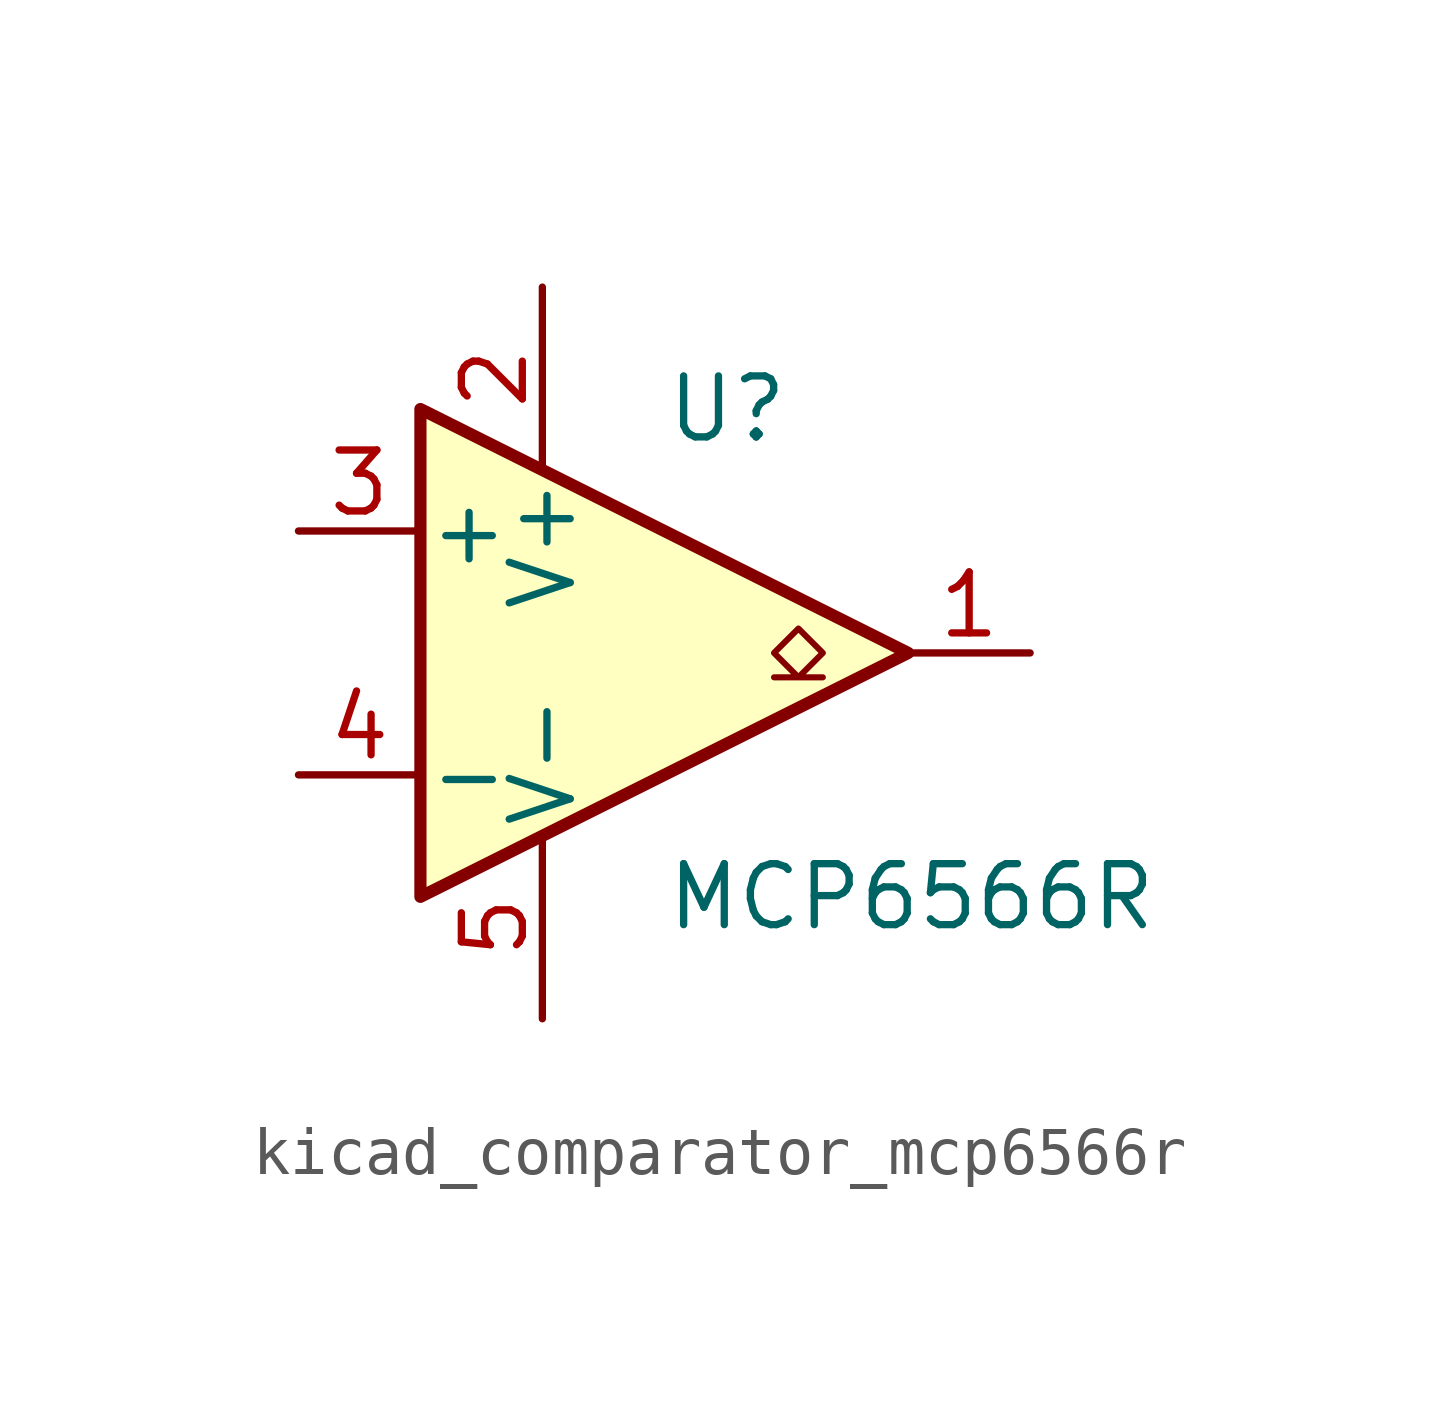
<source format=kicad_sym>
(kicad_symbol_lib
  (version 20220914)
  (generator kicad_symbol_editor)
  (symbol "kicad_comparator_mcp6566r"
    (pin_names
      (offset 0.127))
    (property "Reference" "U"
      (at 0 5.08 0)
      (effects (font (size 1.27 1.27)) (justify left)))
    (property "Value" "MCP6566R"
      (at 0 -5.08 0)
      (effects (font (size 1.27 1.27)) (justify left)))
    (symbol "kicad_comparator_mcp6566r_0_1"
      (polyline (pts (xy -5.08 5.08) (xy 5.08 0) (xy -5.08 -5.08) (xy -5.08 5.08)) (stroke (width 0.254) (type default)) (fill (type background)))
      (polyline (pts (xy 3.302 -0.508) (xy 2.794 -0.508) (xy 3.302 0) (xy 2.794 0.508) (xy 2.286 0) (xy 2.794 -0.508) (xy 2.286 -0.508)) (stroke (width 0.127) (type default)) (fill (type none)))
      (pin power_in line (at -2.54 7.62 270) (length 3.81) (name "V+" (effects (font (size 1.27 1.27)))) (number "2" (effects (font (size 1.27 1.27)))))
      (pin power_in line (at -2.54 -7.62 90) (length 3.81) (name "V-" (effects (font (size 1.27 1.27)))) (number "5" (effects (font (size 1.27 1.27))))))
    (symbol "kicad_comparator_mcp6566r_1_1"
      (pin open_collector line (at 7.62 0 180) (length 2.54) (name "~" (effects (font (size 1.27 1.27)))) (number "1" (effects (font (size 1.27 1.27)))))
      (pin input line (at -7.62 2.54 0) (length 2.54) (name "+" (effects (font (size 1.27 1.27)))) (number "3" (effects (font (size 1.27 1.27)))))
      (pin input line (at -7.62 -2.54 0) (length 2.54) (name "-" (effects (font (size 1.27 1.27)))) (number "4" (effects (font (size 1.27 1.27))))))))
</source>
